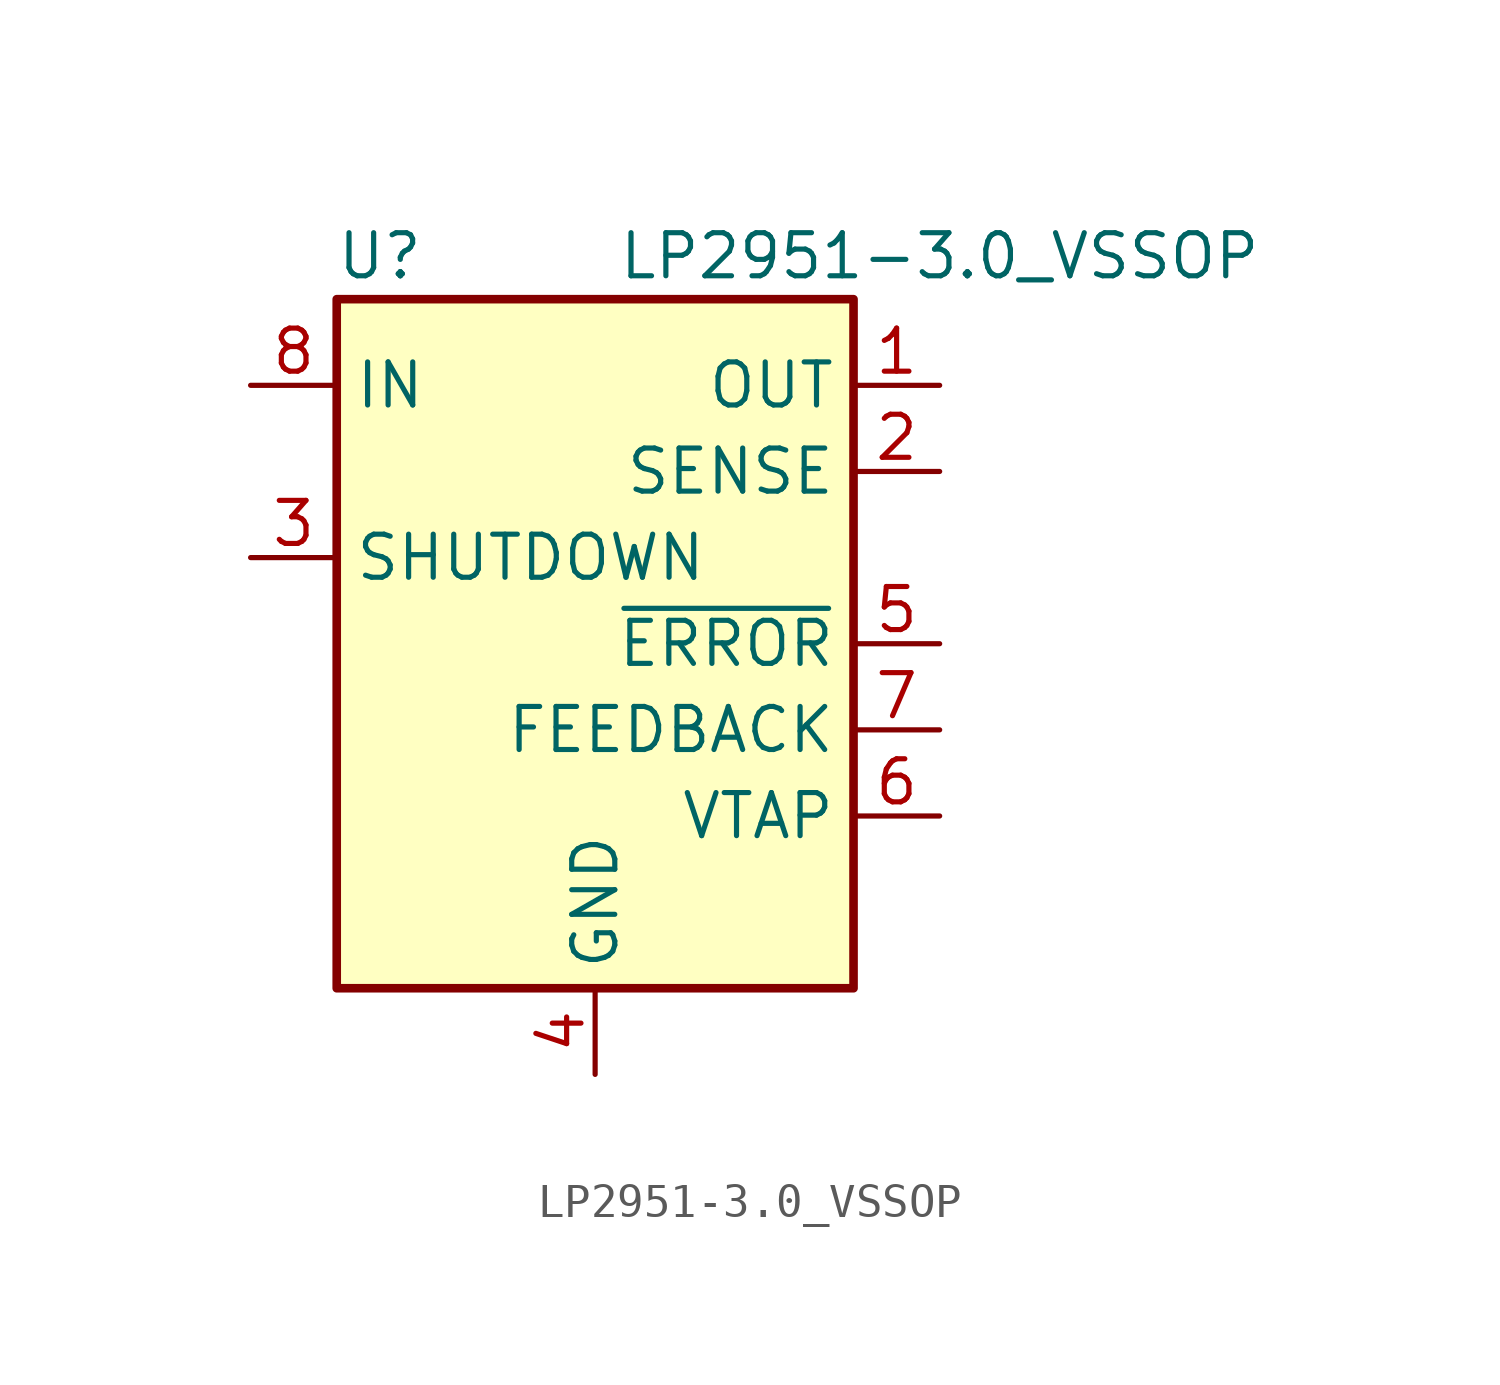
<source format=kicad_sym>
(kicad_symbol_lib
  (version 20231120)
  (generator "kicad_symbol_editor")
  (generator_version "8.0")
  (symbol "LP2951-3.0_VSSOP"
    (property "Reference" "U"
      (at -6.35 11.43 0)
      (effects (font (size 1.27 1.27))))
    (property "Value" "LP2951-3.0_VSSOP"
      (at 10.16 11.43 0)
      (effects (font (size 1.27 1.27))))
    (symbol "LP2951-3.0_VSSOP_0_1"
      (rectangle (start -7.62 10.16) (end 7.62 -10.16) (stroke (width 0.254) (type default)) (fill (type background))))
    (symbol "LP2951-3.0_VSSOP_1_1"
      (pin power_out line (at 10.16 7.62 180) (length 2.54) (name "OUT" (effects (font (size 1.27 1.27)))) (number "1" (effects (font (size 1.27 1.27)))))
      (pin passive line (at 10.16 5.08 180) (length 2.54) (name "SENSE" (effects (font (size 1.27 1.27)))) (number "2" (effects (font (size 1.27 1.27)))))
      (pin input line (at -10.16 2.54 0) (length 2.54) (name "SHUTDOWN" (effects (font (size 1.27 1.27)))) (number "3" (effects (font (size 1.27 1.27)))))
      (pin power_in line (at 0 -12.7 90) (length 2.54) (name "GND" (effects (font (size 1.27 1.27)))) (number "4" (effects (font (size 1.27 1.27)))))
      (pin open_collector line (at 10.16 0 180) (length 2.54) (name "~{ERROR}" (effects (font (size 1.27 1.27)))) (number "5" (effects (font (size 1.27 1.27)))))
      (pin input line (at 10.16 -5.08 180) (length 2.54) (name "VTAP" (effects (font (size 1.27 1.27)))) (number "6" (effects (font (size 1.27 1.27)))))
      (pin input line (at 10.16 -2.54 180) (length 2.54) (name "FEEDBACK" (effects (font (size 1.27 1.27)))) (number "7" (effects (font (size 1.27 1.27)))))
      (pin power_in line (at -10.16 7.62 0) (length 2.54) (name "IN" (effects (font (size 1.27 1.27)))) (number "8" (effects (font (size 1.27 1.27))))))))
</source>
